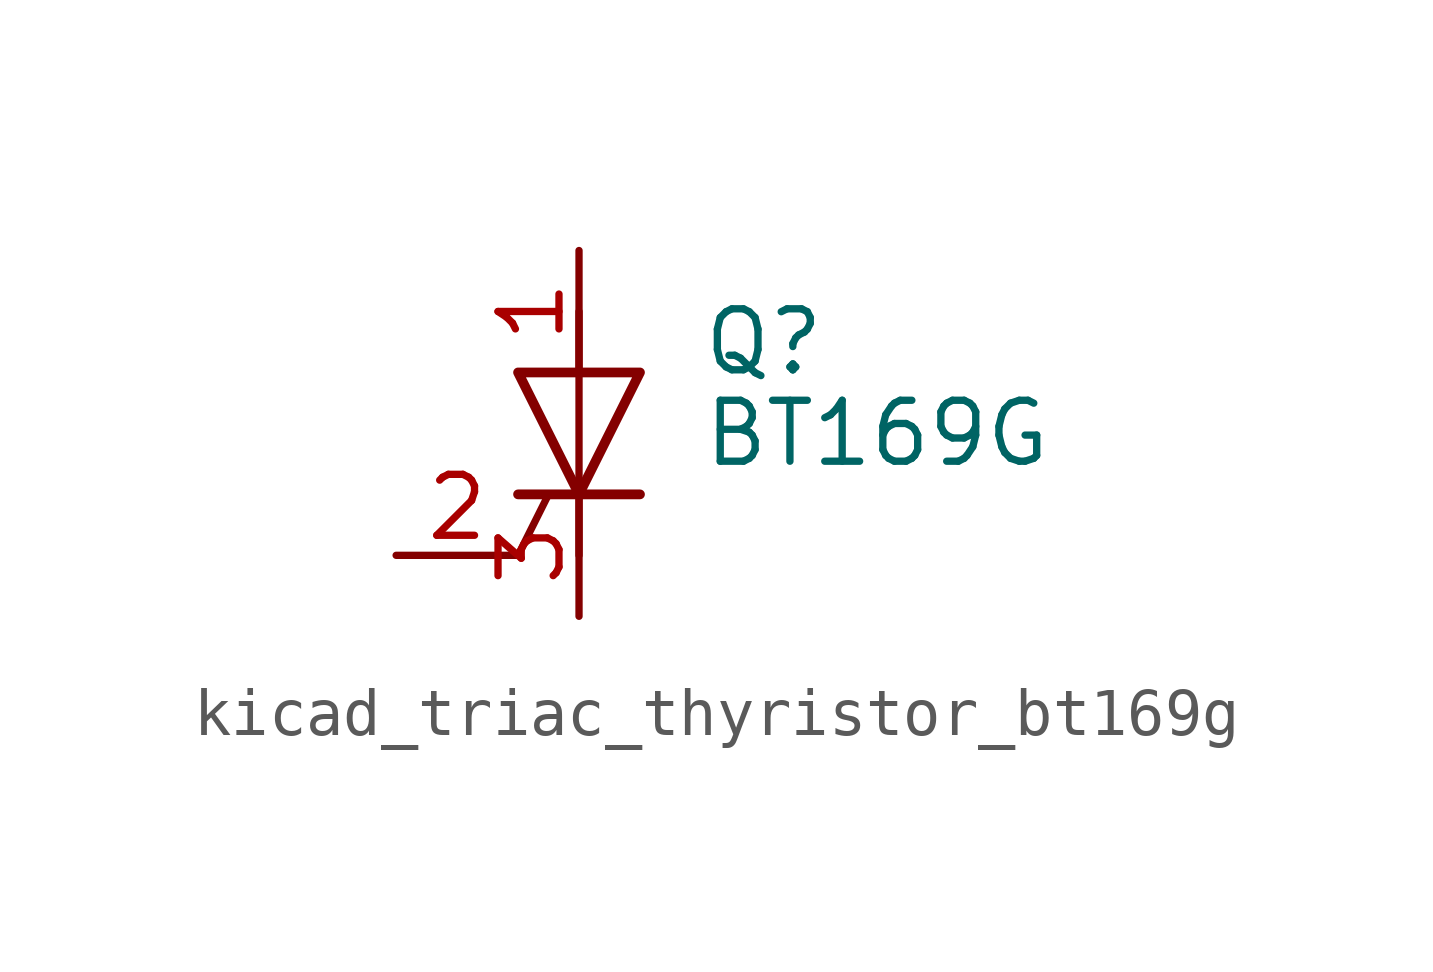
<source format=kicad_sym>
(kicad_symbol_lib
  (version 20220914)
  (generator kicad_symbol_editor)
  (symbol "kicad_triac_thyristor_bt169g"
    (pin_names
      (offset 0) hide)
    (property "Reference" "Q"
      (at 2.54 1.905 0)
      (effects (font (size 1.27 1.27)) (justify left)))
    (property "Value" "BT169G"
      (at 2.54 0 0)
      (effects (font (size 1.27 1.27)) (justify left)))
    (symbol "kicad_triac_thyristor_bt169g_0_1"
      (polyline (pts (xy -1.27 -2.54) (xy -0.635 -1.27)) (stroke (width 0) (type default)) (fill (type none)))
      (polyline (pts (xy -1.27 -1.27) (xy 1.27 -1.27)) (stroke (width 0.203) (type default)) (fill (type none)))
      (polyline (pts (xy 0 -2.54) (xy 0 2.54)) (stroke (width 0) (type default)) (fill (type none)))
      (polyline (pts (xy -1.27 1.27) (xy 1.27 1.27) (xy 0 -1.27) (xy -1.27 1.27)) (stroke (width 0.203) (type default)) (fill (type none))))
    (symbol "kicad_triac_thyristor_bt169g_1_1"
      (pin passive line (at 0 3.81 270) (length 2.54) (name "A" (effects (font (size 1.27 1.27)))) (number "1" (effects (font (size 1.27 1.27)))))
      (pin input line (at -3.81 -2.54 0) (length 2.54) (name "G" (effects (font (size 1.27 1.27)))) (number "2" (effects (font (size 1.27 1.27)))))
      (pin passive line (at 0 -3.81 90) (length 2.54) (name "K" (effects (font (size 1.27 1.27)))) (number "3" (effects (font (size 1.27 1.27))))))))
</source>
